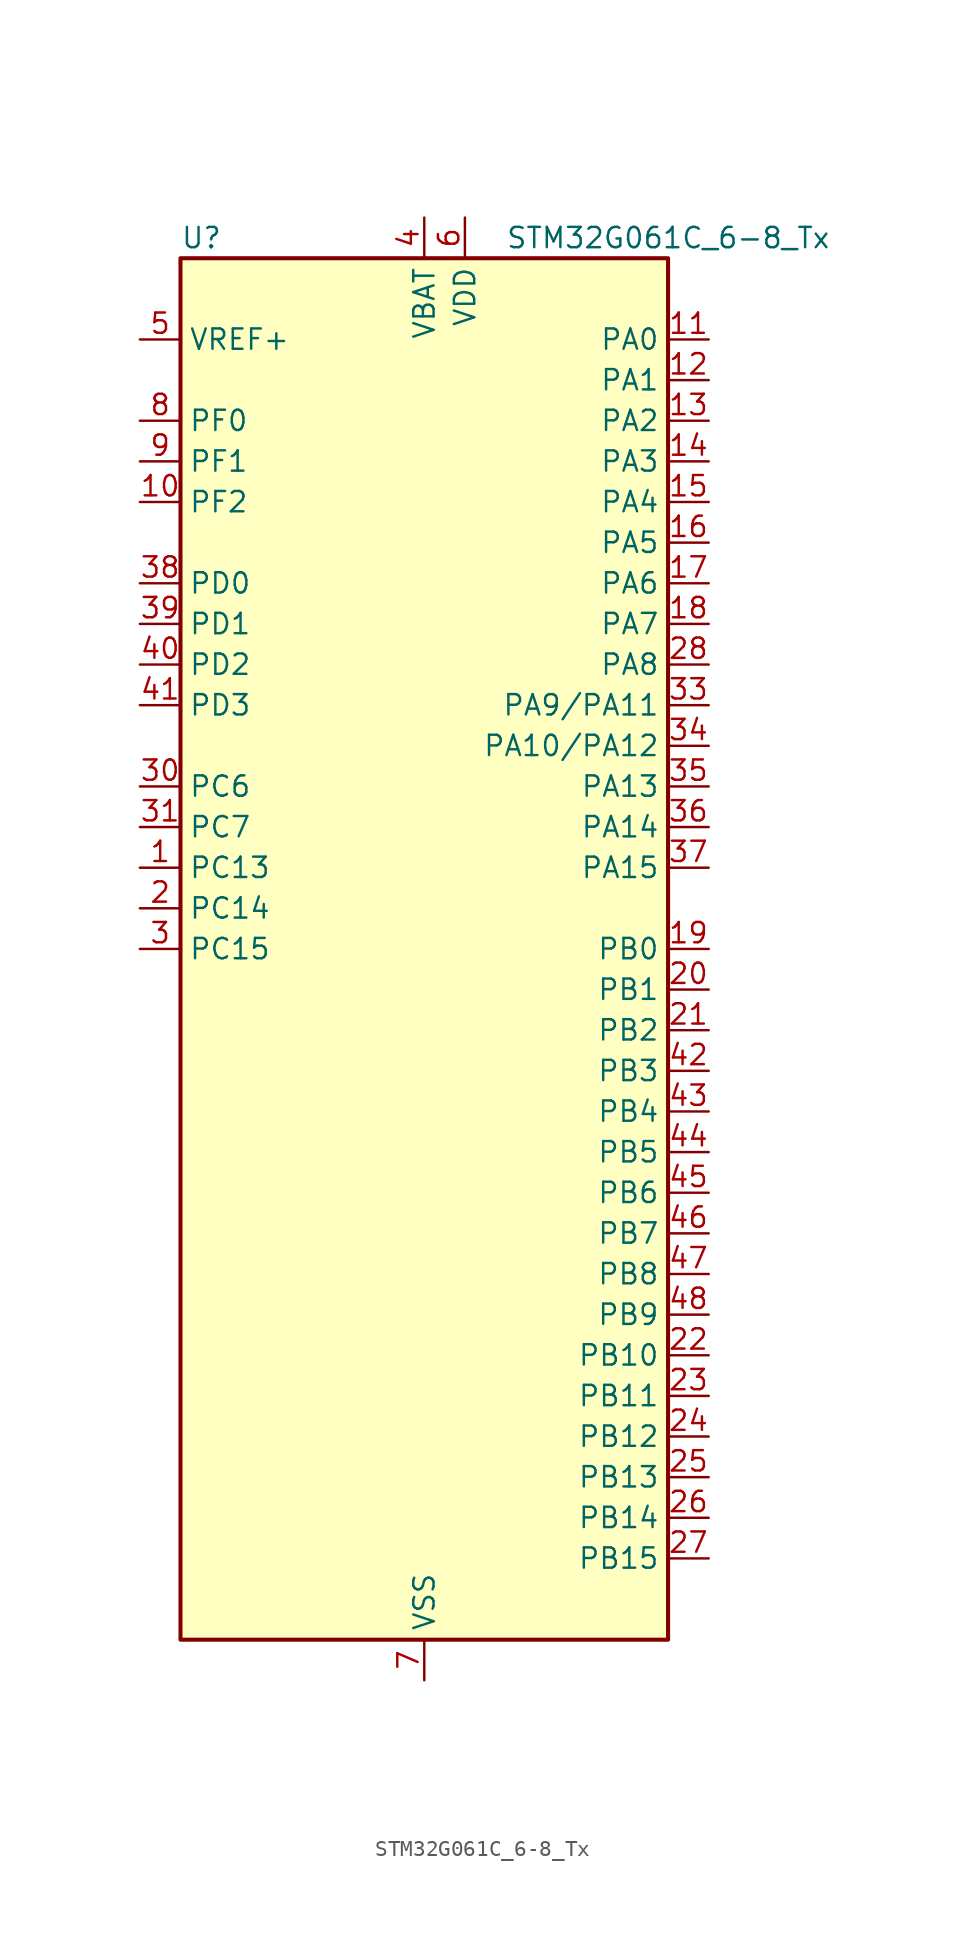
<source format=kicad_sym>
(kicad_symbol_lib
  (version 20241209)
  (generator "kicad_symbol_editor")
  (generator_version "9.0")
  (symbol "STM32G061C_6-8_Tx"
    (property "Reference" "U"
      (at -15.24 44.45 0)
      (effects (font (size 1.27 1.27)) (justify left)))
    (property "Value" "STM32G061C_6-8_Tx"
      (at 5.08 44.45 0)
      (effects (font (size 1.27 1.27)) (justify left)))
    (symbol "STM32G061C_6-8_Tx_0_1"
      (rectangle (start -15.24 -43.18) (end 15.24 43.18) (stroke (width 0.254) (type default)) (fill (type background))))
    (symbol "STM32G061C_6-8_Tx_1_1"
      (pin input line (at -17.78 38.1 0) (length 2.54) (name "VREF+" (effects (font (size 1.27 1.27)))) (number "5" (effects (font (size 1.27 1.27)))) (alternate "VREFBUF_OUT" bidirectional line))
      (pin bidirectional line (at -17.78 33.02 0) (length 2.54) (name "PF0" (effects (font (size 1.27 1.27)))) (number "8" (effects (font (size 1.27 1.27)))) (alternate "RCC_OSC_IN" bidirectional line) (alternate "TIM14_CH1" bidirectional line))
      (pin bidirectional line (at -17.78 30.48 0) (length 2.54) (name "PF1" (effects (font (size 1.27 1.27)))) (number "9" (effects (font (size 1.27 1.27)))) (alternate "RCC_OSC_EN" bidirectional line) (alternate "RCC_OSC_OUT" bidirectional line) (alternate "TIM15_CH1N" bidirectional line))
      (pin bidirectional line (at -17.78 27.94 0) (length 2.54) (name "PF2" (effects (font (size 1.27 1.27)))) (number "10" (effects (font (size 1.27 1.27)))) (alternate "RCC_MCO" bidirectional line))
      (pin bidirectional line (at -17.78 22.86 0) (length 2.54) (name "PD0" (effects (font (size 1.27 1.27)))) (number "38" (effects (font (size 1.27 1.27)))) (alternate "SPI2_NSS" bidirectional line) (alternate "TIM16_CH1" bidirectional line))
      (pin bidirectional line (at -17.78 20.32 0) (length 2.54) (name "PD1" (effects (font (size 1.27 1.27)))) (number "39" (effects (font (size 1.27 1.27)))) (alternate "SPI2_SCK" bidirectional line) (alternate "TIM17_CH1" bidirectional line))
      (pin bidirectional line (at -17.78 17.78 0) (length 2.54) (name "PD2" (effects (font (size 1.27 1.27)))) (number "40" (effects (font (size 1.27 1.27)))) (alternate "TIM1_CH1N" bidirectional line) (alternate "TIM3_ETR" bidirectional line))
      (pin bidirectional line (at -17.78 15.24 0) (length 2.54) (name "PD3" (effects (font (size 1.27 1.27)))) (number "41" (effects (font (size 1.27 1.27)))) (alternate "SPI2_MISO" bidirectional line) (alternate "TIM1_CH2N" bidirectional line) (alternate "USART2_CTS" bidirectional line) (alternate "USART2_NSS" bidirectional line))
      (pin bidirectional line (at -17.78 10.16 0) (length 2.54) (name "PC6" (effects (font (size 1.27 1.27)))) (number "30" (effects (font (size 1.27 1.27)))) (alternate "TIM2_CH3" bidirectional line) (alternate "TIM3_CH1" bidirectional line))
      (pin bidirectional line (at -17.78 7.62 0) (length 2.54) (name "PC7" (effects (font (size 1.27 1.27)))) (number "31" (effects (font (size 1.27 1.27)))) (alternate "TIM2_CH4" bidirectional line) (alternate "TIM3_CH2" bidirectional line))
      (pin bidirectional line (at -17.78 5.08 0) (length 2.54) (name "PC13" (effects (font (size 1.27 1.27)))) (number "1" (effects (font (size 1.27 1.27)))) (alternate "RTC_OUT1" bidirectional line) (alternate "RTC_TAMP_IN1" bidirectional line) (alternate "RTC_TS" bidirectional line) (alternate "SYS_WKUP2" bidirectional line) (alternate "TIM1_BK" bidirectional line))
      (pin bidirectional line (at -17.78 2.54 0) (length 2.54) (name "PC14" (effects (font (size 1.27 1.27)))) (number "2" (effects (font (size 1.27 1.27)))) (alternate "RCC_OSC32_IN" bidirectional line) (alternate "TIM1_BK2" bidirectional line))
      (pin bidirectional line (at -17.78 0 0) (length 2.54) (name "PC15" (effects (font (size 1.27 1.27)))) (number "3" (effects (font (size 1.27 1.27)))) (alternate "RCC_OSC32_EN" bidirectional line) (alternate "RCC_OSC32_OUT" bidirectional line) (alternate "RCC_OSC_EN" bidirectional line) (alternate "TIM15_BK" bidirectional line))
      (pin no_connect line (at -15.24 -40.64 0) (length 2.54) (hide yes) (name "NC/PA10" (effects (font (size 1.27 1.27)))) (number "32" (effects (font (size 1.27 1.27)))) (alternate "I2C1_SDA (PA10)" bidirectional line) (alternate "NC" bidirectional line) (alternate "PA10" bidirectional line) (alternate "SPI2_MOSI (PA10)" bidirectional line) (alternate "TIM17_BK (PA10)" bidirectional line) (alternate "TIM1_CH3 (PA10)" bidirectional line) (alternate "USART1_RX (PA10)" bidirectional line))
      (pin no_connect line (at -15.24 -43.18 0) (length 2.54) (hide yes) (name "NC/PA9" (effects (font (size 1.27 1.27)))) (number "29" (effects (font (size 1.27 1.27)))) (alternate "DAC1_EXTI9 (PA9)" bidirectional line) (alternate "I2C1_SCL (PA9)" bidirectional line) (alternate "NC" bidirectional line) (alternate "PA9" bidirectional line) (alternate "RCC_MCO (PA9)" bidirectional line) (alternate "SPI2_MISO (PA9)" bidirectional line) (alternate "TIM15_BK (PA9)" bidirectional line) (alternate "TIM1_CH2 (PA9)" bidirectional line) (alternate "USART1_TX (PA9)" bidirectional line))
      (pin power_in line (at 0 45.72 270) (length 2.54) (name "VBAT" (effects (font (size 1.27 1.27)))) (number "4" (effects (font (size 1.27 1.27)))))
      (pin power_in line (at 0 -45.72 90) (length 2.54) (name "VSS" (effects (font (size 1.27 1.27)))) (number "7" (effects (font (size 1.27 1.27)))))
      (pin power_in line (at 2.54 45.72 270) (length 2.54) (name "VDD" (effects (font (size 1.27 1.27)))) (number "6" (effects (font (size 1.27 1.27)))))
      (pin bidirectional line (at 17.78 38.1 180) (length 2.54) (name "PA0" (effects (font (size 1.27 1.27)))) (number "11" (effects (font (size 1.27 1.27)))) (alternate "ADC1_IN0" bidirectional line) (alternate "COMP1_INM" bidirectional line) (alternate "COMP1_OUT" bidirectional line) (alternate "LPTIM1_OUT" bidirectional line) (alternate "RTC_TAMP_IN2" bidirectional line) (alternate "SPI2_SCK" bidirectional line) (alternate "SYS_WKUP1" bidirectional line) (alternate "TIM2_CH1" bidirectional line) (alternate "TIM2_ETR" bidirectional line) (alternate "USART2_CTS" bidirectional line) (alternate "USART2_NSS" bidirectional line))
      (pin bidirectional line (at 17.78 35.56 180) (length 2.54) (name "PA1" (effects (font (size 1.27 1.27)))) (number "12" (effects (font (size 1.27 1.27)))) (alternate "ADC1_IN1" bidirectional line) (alternate "COMP1_INP" bidirectional line) (alternate "I2C1_SMBA" bidirectional line) (alternate "I2S1_CK" bidirectional line) (alternate "SPI1_SCK" bidirectional line) (alternate "TIM15_CH1N" bidirectional line) (alternate "TIM2_CH2" bidirectional line) (alternate "USART2_CK" bidirectional line) (alternate "USART2_DE" bidirectional line) (alternate "USART2_RTS" bidirectional line))
      (pin bidirectional line (at 17.78 33.02 180) (length 2.54) (name "PA2" (effects (font (size 1.27 1.27)))) (number "13" (effects (font (size 1.27 1.27)))) (alternate "ADC1_IN2" bidirectional line) (alternate "COMP2_INM" bidirectional line) (alternate "COMP2_OUT" bidirectional line) (alternate "I2S1_SD" bidirectional line) (alternate "LPUART1_TX" bidirectional line) (alternate "RCC_LSCO" bidirectional line) (alternate "SPI1_MOSI" bidirectional line) (alternate "SYS_WKUP4" bidirectional line) (alternate "TIM15_CH1" bidirectional line) (alternate "TIM2_CH3" bidirectional line) (alternate "USART2_TX" bidirectional line))
      (pin bidirectional line (at 17.78 30.48 180) (length 2.54) (name "PA3" (effects (font (size 1.27 1.27)))) (number "14" (effects (font (size 1.27 1.27)))) (alternate "ADC1_IN3" bidirectional line) (alternate "COMP2_INP" bidirectional line) (alternate "LPUART1_RX" bidirectional line) (alternate "SPI2_MISO" bidirectional line) (alternate "TIM15_CH2" bidirectional line) (alternate "TIM2_CH4" bidirectional line) (alternate "USART2_RX" bidirectional line))
      (pin bidirectional line (at 17.78 27.94 180) (length 2.54) (name "PA4" (effects (font (size 1.27 1.27)))) (number "15" (effects (font (size 1.27 1.27)))) (alternate "ADC1_IN4" bidirectional line) (alternate "DAC1_OUT1" bidirectional line) (alternate "I2S1_WS" bidirectional line) (alternate "LPTIM2_OUT" bidirectional line) (alternate "RTC_OUT2" bidirectional line) (alternate "SPI1_NSS" bidirectional line) (alternate "SPI2_MOSI" bidirectional line) (alternate "TIM14_CH1" bidirectional line))
      (pin bidirectional line (at 17.78 25.4 180) (length 2.54) (name "PA5" (effects (font (size 1.27 1.27)))) (number "16" (effects (font (size 1.27 1.27)))) (alternate "ADC1_IN5" bidirectional line) (alternate "DAC1_OUT2" bidirectional line) (alternate "I2S1_CK" bidirectional line) (alternate "LPTIM2_ETR" bidirectional line) (alternate "SPI1_SCK" bidirectional line) (alternate "TIM2_CH1" bidirectional line) (alternate "TIM2_ETR" bidirectional line))
      (pin bidirectional line (at 17.78 22.86 180) (length 2.54) (name "PA6" (effects (font (size 1.27 1.27)))) (number "17" (effects (font (size 1.27 1.27)))) (alternate "ADC1_IN6" bidirectional line) (alternate "COMP1_OUT" bidirectional line) (alternate "I2S1_MCK" bidirectional line) (alternate "LPUART1_CTS" bidirectional line) (alternate "SPI1_MISO" bidirectional line) (alternate "TIM16_CH1" bidirectional line) (alternate "TIM1_BK" bidirectional line) (alternate "TIM3_CH1" bidirectional line))
      (pin bidirectional line (at 17.78 20.32 180) (length 2.54) (name "PA7" (effects (font (size 1.27 1.27)))) (number "18" (effects (font (size 1.27 1.27)))) (alternate "ADC1_IN7" bidirectional line) (alternate "COMP2_OUT" bidirectional line) (alternate "I2S1_SD" bidirectional line) (alternate "SPI1_MOSI" bidirectional line) (alternate "TIM14_CH1" bidirectional line) (alternate "TIM17_CH1" bidirectional line) (alternate "TIM1_CH1N" bidirectional line) (alternate "TIM3_CH2" bidirectional line))
      (pin bidirectional line (at 17.78 17.78 180) (length 2.54) (name "PA8" (effects (font (size 1.27 1.27)))) (number "28" (effects (font (size 1.27 1.27)))) (alternate "LPTIM2_OUT" bidirectional line) (alternate "RCC_MCO" bidirectional line) (alternate "SPI2_NSS" bidirectional line) (alternate "TIM1_CH1" bidirectional line))
      (pin bidirectional line (at 17.78 15.24 180) (length 2.54) (name "PA9/PA11" (effects (font (size 1.27 1.27)))) (number "33" (effects (font (size 1.27 1.27)))) (alternate "ADC1_EXTI11 (PA11)" bidirectional line) (alternate "COMP1_OUT (PA11)" bidirectional line) (alternate "DAC1_EXTI9 (PA9)" bidirectional line) (alternate "I2C1_SCL (PA9)" bidirectional line) (alternate "I2C2_SCL (PA11)" bidirectional line) (alternate "I2S1_MCK (PA11)" bidirectional line) (alternate "PA11" bidirectional line) (alternate "PA9" bidirectional line) (alternate "RCC_MCO (PA9)" bidirectional line) (alternate "SPI1_MISO (PA11)" bidirectional line) (alternate "SPI2_MISO (PA9)" bidirectional line) (alternate "TIM15_BK (PA9)" bidirectional line) (alternate "TIM1_BK2 (PA11)" bidirectional line) (alternate "TIM1_CH2 (PA9)" bidirectional line) (alternate "TIM1_CH4 (PA11)" bidirectional line) (alternate "USART1_CTS (PA11)" bidirectional line) (alternate "USART1_NSS (PA11)" bidirectional line) (alternate "USART1_TX (PA9)" bidirectional line))
      (pin bidirectional line (at 17.78 12.7 180) (length 2.54) (name "PA10/PA12" (effects (font (size 1.27 1.27)))) (number "34" (effects (font (size 1.27 1.27)))) (alternate "COMP2_OUT (PA12)" bidirectional line) (alternate "I2C1_SDA (PA10)" bidirectional line) (alternate "I2C2_SDA (PA12)" bidirectional line) (alternate "I2S1_SD (PA12)" bidirectional line) (alternate "I2S_CKIN (PA12)" bidirectional line) (alternate "PA10" bidirectional line) (alternate "PA12" bidirectional line) (alternate "SPI1_MOSI (PA12)" bidirectional line) (alternate "SPI2_MOSI (PA10)" bidirectional line) (alternate "TIM17_BK (PA10)" bidirectional line) (alternate "TIM1_CH3 (PA10)" bidirectional line) (alternate "TIM1_ETR (PA12)" bidirectional line) (alternate "USART1_CK (PA12)" bidirectional line) (alternate "USART1_DE (PA12)" bidirectional line) (alternate "USART1_RTS (PA12)" bidirectional line) (alternate "USART1_RX (PA10)" bidirectional line))
      (pin bidirectional line (at 17.78 10.16 180) (length 2.54) (name "PA13" (effects (font (size 1.27 1.27)))) (number "35" (effects (font (size 1.27 1.27)))) (alternate "ADC1_IN17" bidirectional line) (alternate "IR_OUT" bidirectional line) (alternate "SYS_SWDIO" bidirectional line))
      (pin bidirectional line (at 17.78 7.62 180) (length 2.54) (name "PA14" (effects (font (size 1.27 1.27)))) (number "36" (effects (font (size 1.27 1.27)))) (alternate "ADC1_IN18" bidirectional line) (alternate "SYS_SWCLK" bidirectional line) (alternate "USART2_TX" bidirectional line))
      (pin bidirectional line (at 17.78 5.08 180) (length 2.54) (name "PA15" (effects (font (size 1.27 1.27)))) (number "37" (effects (font (size 1.27 1.27)))) (alternate "I2S1_WS" bidirectional line) (alternate "SPI1_NSS" bidirectional line) (alternate "TIM2_CH1" bidirectional line) (alternate "TIM2_ETR" bidirectional line) (alternate "USART2_RX" bidirectional line))
      (pin bidirectional line (at 17.78 0 180) (length 2.54) (name "PB0" (effects (font (size 1.27 1.27)))) (number "19" (effects (font (size 1.27 1.27)))) (alternate "ADC1_IN8" bidirectional line) (alternate "COMP1_OUT" bidirectional line) (alternate "I2S1_WS" bidirectional line) (alternate "LPTIM1_OUT" bidirectional line) (alternate "SPI1_NSS" bidirectional line) (alternate "TIM1_CH2N" bidirectional line) (alternate "TIM3_CH3" bidirectional line))
      (pin bidirectional line (at 17.78 -2.54 180) (length 2.54) (name "PB1" (effects (font (size 1.27 1.27)))) (number "20" (effects (font (size 1.27 1.27)))) (alternate "ADC1_IN9" bidirectional line) (alternate "COMP1_INM" bidirectional line) (alternate "LPTIM2_IN1" bidirectional line) (alternate "LPUART1_DE" bidirectional line) (alternate "LPUART1_RTS" bidirectional line) (alternate "TIM14_CH1" bidirectional line) (alternate "TIM1_CH3N" bidirectional line) (alternate "TIM3_CH4" bidirectional line))
      (pin bidirectional line (at 17.78 -5.08 180) (length 2.54) (name "PB2" (effects (font (size 1.27 1.27)))) (number "21" (effects (font (size 1.27 1.27)))) (alternate "ADC1_IN10" bidirectional line) (alternate "COMP1_INP" bidirectional line) (alternate "LPTIM1_OUT" bidirectional line) (alternate "SPI2_MISO" bidirectional line))
      (pin bidirectional line (at 17.78 -7.62 180) (length 2.54) (name "PB3" (effects (font (size 1.27 1.27)))) (number "42" (effects (font (size 1.27 1.27)))) (alternate "COMP2_INM" bidirectional line) (alternate "I2S1_CK" bidirectional line) (alternate "SPI1_SCK" bidirectional line) (alternate "TIM1_CH2" bidirectional line) (alternate "TIM2_CH2" bidirectional line) (alternate "USART1_CK" bidirectional line) (alternate "USART1_DE" bidirectional line) (alternate "USART1_RTS" bidirectional line))
      (pin bidirectional line (at 17.78 -10.16 180) (length 2.54) (name "PB4" (effects (font (size 1.27 1.27)))) (number "43" (effects (font (size 1.27 1.27)))) (alternate "COMP2_INP" bidirectional line) (alternate "I2S1_MCK" bidirectional line) (alternate "SPI1_MISO" bidirectional line) (alternate "TIM17_BK" bidirectional line) (alternate "TIM3_CH1" bidirectional line) (alternate "USART1_CTS" bidirectional line) (alternate "USART1_NSS" bidirectional line))
      (pin bidirectional line (at 17.78 -12.7 180) (length 2.54) (name "PB5" (effects (font (size 1.27 1.27)))) (number "44" (effects (font (size 1.27 1.27)))) (alternate "COMP2_OUT" bidirectional line) (alternate "I2C1_SMBA" bidirectional line) (alternate "I2S1_SD" bidirectional line) (alternate "LPTIM1_IN1" bidirectional line) (alternate "SPI1_MOSI" bidirectional line) (alternate "SYS_WKUP6" bidirectional line) (alternate "TIM16_BK" bidirectional line) (alternate "TIM3_CH2" bidirectional line))
      (pin bidirectional line (at 17.78 -15.24 180) (length 2.54) (name "PB6" (effects (font (size 1.27 1.27)))) (number "45" (effects (font (size 1.27 1.27)))) (alternate "COMP2_INP" bidirectional line) (alternate "I2C1_SCL" bidirectional line) (alternate "LPTIM1_ETR" bidirectional line) (alternate "SPI2_MISO" bidirectional line) (alternate "TIM16_CH1N" bidirectional line) (alternate "TIM1_CH3" bidirectional line) (alternate "USART1_TX" bidirectional line))
      (pin bidirectional line (at 17.78 -17.78 180) (length 2.54) (name "PB7" (effects (font (size 1.27 1.27)))) (number "46" (effects (font (size 1.27 1.27)))) (alternate "COMP2_INM" bidirectional line) (alternate "I2C1_SDA" bidirectional line) (alternate "LPTIM1_IN2" bidirectional line) (alternate "SPI2_MOSI" bidirectional line) (alternate "SYS_PVD_IN" bidirectional line) (alternate "TIM17_CH1N" bidirectional line) (alternate "USART1_RX" bidirectional line))
      (pin bidirectional line (at 17.78 -20.32 180) (length 2.54) (name "PB8" (effects (font (size 1.27 1.27)))) (number "47" (effects (font (size 1.27 1.27)))) (alternate "I2C1_SCL" bidirectional line) (alternate "SPI2_SCK" bidirectional line) (alternate "TIM15_BK" bidirectional line) (alternate "TIM16_CH1" bidirectional line))
      (pin bidirectional line (at 17.78 -22.86 180) (length 2.54) (name "PB9" (effects (font (size 1.27 1.27)))) (number "48" (effects (font (size 1.27 1.27)))) (alternate "DAC1_EXTI9" bidirectional line) (alternate "I2C1_SDA" bidirectional line) (alternate "IR_OUT" bidirectional line) (alternate "SPI2_NSS" bidirectional line) (alternate "TIM17_CH1" bidirectional line))
      (pin bidirectional line (at 17.78 -25.4 180) (length 2.54) (name "PB10" (effects (font (size 1.27 1.27)))) (number "22" (effects (font (size 1.27 1.27)))) (alternate "ADC1_IN11" bidirectional line) (alternate "COMP1_OUT" bidirectional line) (alternate "I2C2_SCL" bidirectional line) (alternate "LPUART1_RX" bidirectional line) (alternate "SPI2_SCK" bidirectional line) (alternate "TIM2_CH3" bidirectional line))
      (pin bidirectional line (at 17.78 -27.94 180) (length 2.54) (name "PB11" (effects (font (size 1.27 1.27)))) (number "23" (effects (font (size 1.27 1.27)))) (alternate "ADC1_EXTI11" bidirectional line) (alternate "ADC1_IN15" bidirectional line) (alternate "COMP2_OUT" bidirectional line) (alternate "I2C2_SDA" bidirectional line) (alternate "LPUART1_TX" bidirectional line) (alternate "SPI2_MOSI" bidirectional line) (alternate "TIM2_CH4" bidirectional line))
      (pin bidirectional line (at 17.78 -30.48 180) (length 2.54) (name "PB12" (effects (font (size 1.27 1.27)))) (number "24" (effects (font (size 1.27 1.27)))) (alternate "ADC1_IN16" bidirectional line) (alternate "LPUART1_DE" bidirectional line) (alternate "LPUART1_RTS" bidirectional line) (alternate "SPI2_NSS" bidirectional line) (alternate "TIM15_BK" bidirectional line) (alternate "TIM1_BK" bidirectional line))
      (pin bidirectional line (at 17.78 -33.02 180) (length 2.54) (name "PB13" (effects (font (size 1.27 1.27)))) (number "25" (effects (font (size 1.27 1.27)))) (alternate "I2C2_SCL" bidirectional line) (alternate "LPUART1_CTS" bidirectional line) (alternate "SPI2_SCK" bidirectional line) (alternate "TIM15_CH1N" bidirectional line) (alternate "TIM1_CH1N" bidirectional line))
      (pin bidirectional line (at 17.78 -35.56 180) (length 2.54) (name "PB14" (effects (font (size 1.27 1.27)))) (number "26" (effects (font (size 1.27 1.27)))) (alternate "I2C2_SDA" bidirectional line) (alternate "SPI2_MISO" bidirectional line) (alternate "TIM15_CH1" bidirectional line) (alternate "TIM1_CH2N" bidirectional line))
      (pin bidirectional line (at 17.78 -38.1 180) (length 2.54) (name "PB15" (effects (font (size 1.27 1.27)))) (number "27" (effects (font (size 1.27 1.27)))) (alternate "RTC_REFIN" bidirectional line) (alternate "SPI2_MOSI" bidirectional line) (alternate "TIM15_CH1N" bidirectional line) (alternate "TIM15_CH2" bidirectional line) (alternate "TIM1_CH3N" bidirectional line)))))
</source>
